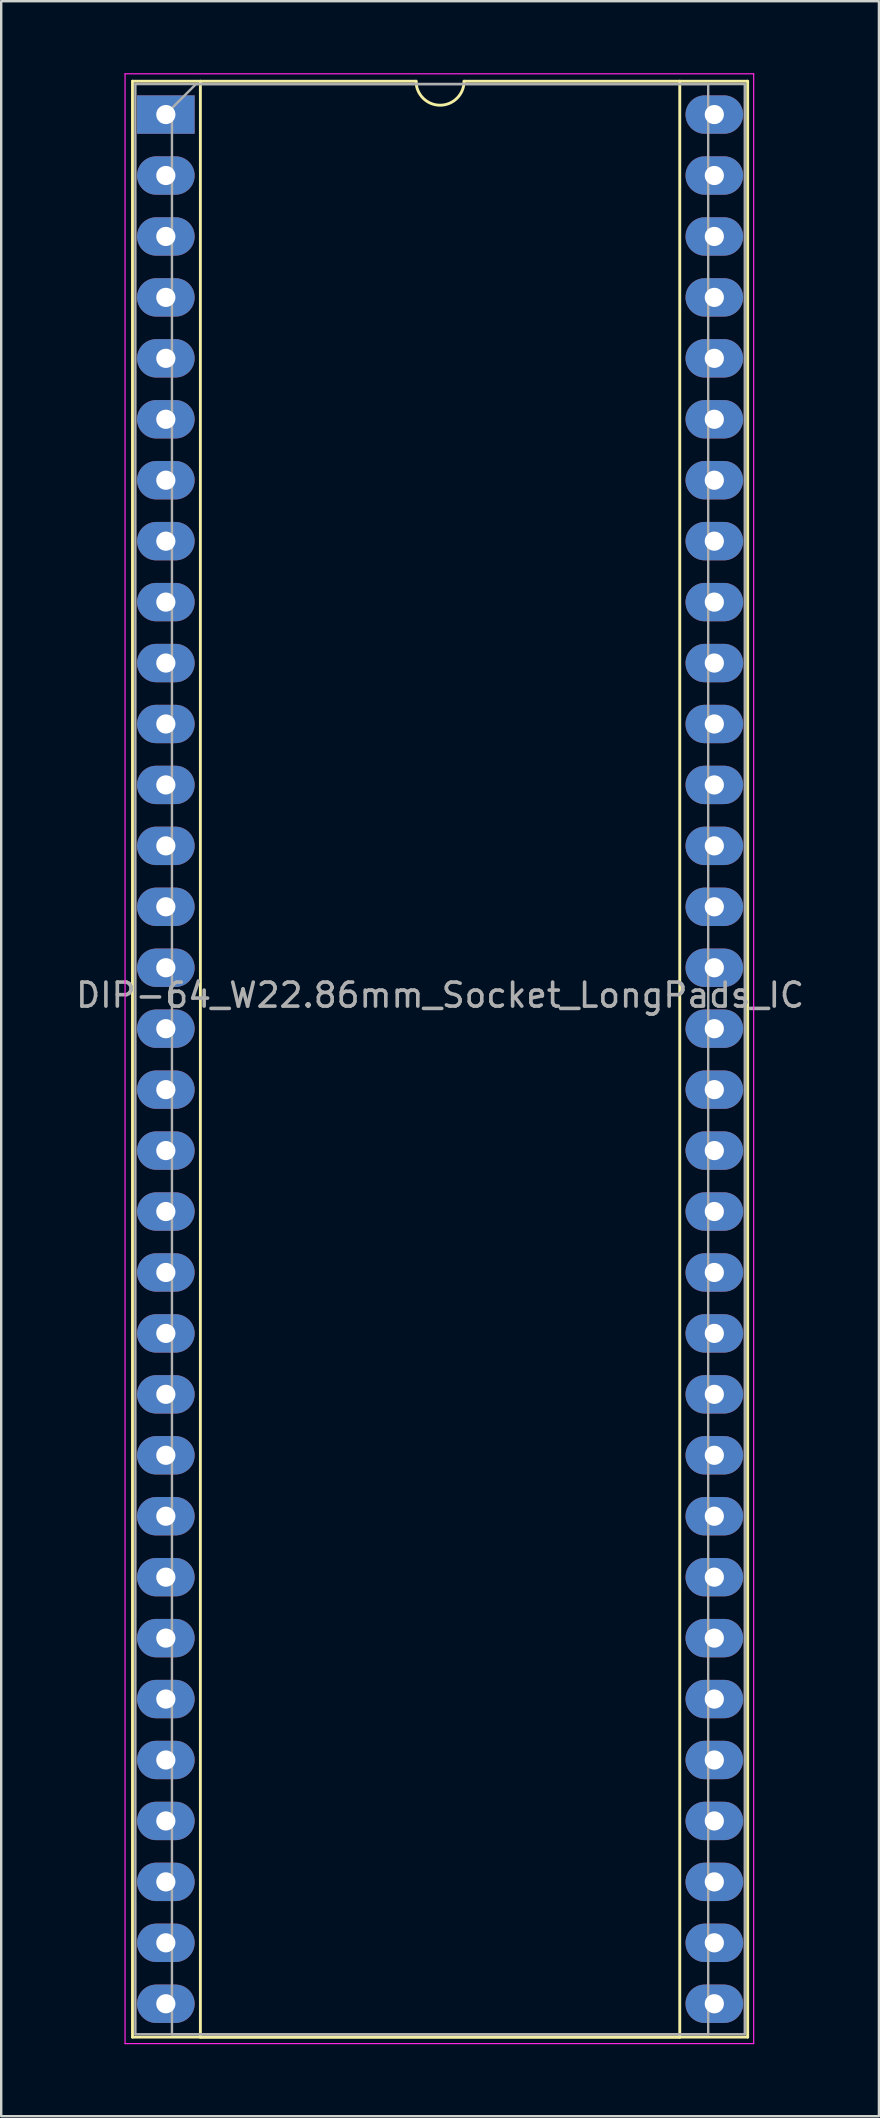
<source format=kicad_pcb>
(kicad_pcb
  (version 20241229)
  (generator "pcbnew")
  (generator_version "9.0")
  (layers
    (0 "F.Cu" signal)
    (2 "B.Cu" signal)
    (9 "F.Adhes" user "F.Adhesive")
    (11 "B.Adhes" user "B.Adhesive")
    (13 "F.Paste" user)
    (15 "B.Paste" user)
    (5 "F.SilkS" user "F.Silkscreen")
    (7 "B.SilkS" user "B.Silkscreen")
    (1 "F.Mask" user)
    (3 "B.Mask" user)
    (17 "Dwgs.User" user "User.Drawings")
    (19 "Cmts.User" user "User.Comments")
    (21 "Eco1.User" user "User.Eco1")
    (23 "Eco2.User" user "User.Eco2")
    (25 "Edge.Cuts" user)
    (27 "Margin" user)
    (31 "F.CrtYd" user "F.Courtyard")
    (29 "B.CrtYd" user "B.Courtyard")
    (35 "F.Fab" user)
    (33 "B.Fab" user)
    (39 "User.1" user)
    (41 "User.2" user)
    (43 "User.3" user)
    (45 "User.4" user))
  (footprint "DIP-64_W22.86mm_Socket_LongPads_IC"
    (layer "F.Cu")
    (at 3.862 1.725)
    (property "Reference" "DIP-64_W22.86mm_Socket_LongPads_IC" (at 11.43 36.703 0) (layer "F.Fab") (effects (font (size 1 1) (thickness 0.15))))
    (attr through_hole)
    (fp_line (start -1.39 -1.39) (end -1.39 80.13) (stroke (width 0.12) (type solid)) (layer "F.SilkS"))
    (fp_line (start -1.39 80.13) (end 24.25 80.13) (stroke (width 0.12) (type solid)) (layer "F.SilkS"))
    (fp_line (start 1.44 -1.39) (end 1.44 80.13) (stroke (width 0.12) (type solid)) (layer "F.SilkS"))
    (fp_line (start 1.44 80.13) (end 21.42 80.13) (stroke (width 0.12) (type solid)) (layer "F.SilkS"))
    (fp_line (start 10.43 -1.39) (end -1.39 -1.39) (stroke (width 0.12) (type solid)) (layer "F.SilkS"))
    (fp_line (start 21.42 80.13) (end 21.42 -1.39) (stroke (width 0.12) (type solid)) (layer "F.SilkS"))
    (fp_line (start 24.25 -1.39) (end 12.43 -1.39) (stroke (width 0.12) (type solid)) (layer "F.SilkS"))
    (fp_line (start 24.25 80.13) (end 24.25 -1.39) (stroke (width 0.12) (type solid)) (layer "F.SilkS"))
    (fp_arc (start 12.43 -1.39) (mid 11.43 -0.39) (end 10.43 -1.39) (stroke (width 0.12) (type solid)) (layer "F.SilkS"))
    (fp_line (start -1.7 -1.7) (end -1.7 80.4) (stroke (width 0.05) (type solid)) (layer "F.CrtYd"))
    (fp_line (start -1.7 80.4) (end 24.5 80.4) (stroke (width 0.05) (type solid)) (layer "F.CrtYd"))
    (fp_line (start 24.5 -1.7) (end -1.7 -1.7) (stroke (width 0.05) (type solid)) (layer "F.CrtYd"))
    (fp_line (start 24.5 80.4) (end 24.5 -1.7) (stroke (width 0.05) (type solid)) (layer "F.CrtYd"))
    (fp_line (start -1.27 -1.27) (end -1.27 80.01) (stroke (width 0.1) (type solid)) (layer "F.Fab"))
    (fp_line (start -1.27 80.01) (end 24.13 80.01) (stroke (width 0.1) (type solid)) (layer "F.Fab"))
    (fp_line (start 0.255 -0.27) (end 1.255 -1.27) (stroke (width 0.1) (type solid)) (layer "F.Fab"))
    (fp_line (start 0.255 80.01) (end 0.255 -0.27) (stroke (width 0.1) (type solid)) (layer "F.Fab"))
    (fp_line (start 1.255 -1.27) (end 22.605 -1.27) (stroke (width 0.1) (type solid)) (layer "F.Fab"))
    (fp_line (start 22.605 -1.27) (end 22.605 80.01) (stroke (width 0.1) (type solid)) (layer "F.Fab"))
    (fp_line (start 22.605 80.01) (end 0.255 80.01) (stroke (width 0.1) (type solid)) (layer "F.Fab"))
    (fp_line (start 24.13 -1.27) (end -1.27 -1.27) (stroke (width 0.1) (type solid)) (layer "F.Fab"))
    (fp_line (start 24.13 80.01) (end 24.13 -1.27) (stroke (width 0.1) (type solid)) (layer "F.Fab"))
    (pad "1" thru_hole rect (at 0 0) (size 2.4 1.6) (drill 0.8) (layers "*.Cu" "*.Mask"))
    (pad "2" thru_hole oval (at 0 2.54) (size 2.4 1.6) (drill 0.8) (layers "*.Cu" "*.Mask"))
    (pad "3" thru_hole oval (at 0 5.08) (size 2.4 1.6) (drill 0.8) (layers "*.Cu" "*.Mask"))
    (pad "4" thru_hole oval (at 0 7.62) (size 2.4 1.6) (drill 0.8) (layers "*.Cu" "*.Mask"))
    (pad "5" thru_hole oval (at 0 10.16) (size 2.4 1.6) (drill 0.8) (layers "*.Cu" "*.Mask"))
    (pad "6" thru_hole oval (at 0 12.7) (size 2.4 1.6) (drill 0.8) (layers "*.Cu" "*.Mask"))
    (pad "7" thru_hole oval (at 0 15.24) (size 2.4 1.6) (drill 0.8) (layers "*.Cu" "*.Mask"))
    (pad "8" thru_hole oval (at 0 17.78) (size 2.4 1.6) (drill 0.8) (layers "*.Cu" "*.Mask"))
    (pad "9" thru_hole oval (at 0 20.32) (size 2.4 1.6) (drill 0.8) (layers "*.Cu" "*.Mask"))
    (pad "10" thru_hole oval (at 0 22.86) (size 2.4 1.6) (drill 0.8) (layers "*.Cu" "*.Mask"))
    (pad "11" thru_hole oval (at 0 25.4) (size 2.4 1.6) (drill 0.8) (layers "*.Cu" "*.Mask"))
    (pad "12" thru_hole oval (at 0 27.94) (size 2.4 1.6) (drill 0.8) (layers "*.Cu" "*.Mask"))
    (pad "13" thru_hole oval (at 0 30.48) (size 2.4 1.6) (drill 0.8) (layers "*.Cu" "*.Mask"))
    (pad "14" thru_hole oval (at 0 33.02) (size 2.4 1.6) (drill 0.8) (layers "*.Cu" "*.Mask"))
    (pad "15" thru_hole oval (at 0 35.56) (size 2.4 1.6) (drill 0.8) (layers "*.Cu" "*.Mask"))
    (pad "16" thru_hole oval (at 0 38.1) (size 2.4 1.6) (drill 0.8) (layers "*.Cu" "*.Mask"))
    (pad "17" thru_hole oval (at 0 40.64) (size 2.4 1.6) (drill 0.8) (layers "*.Cu" "*.Mask"))
    (pad "18" thru_hole oval (at 0 43.18) (size 2.4 1.6) (drill 0.8) (layers "*.Cu" "*.Mask"))
    (pad "19" thru_hole oval (at 0 45.72) (size 2.4 1.6) (drill 0.8) (layers "*.Cu" "*.Mask"))
    (pad "20" thru_hole oval (at 0 48.26) (size 2.4 1.6) (drill 0.8) (layers "*.Cu" "*.Mask"))
    (pad "21" thru_hole oval (at 0 50.8) (size 2.4 1.6) (drill 0.8) (layers "*.Cu" "*.Mask"))
    (pad "22" thru_hole oval (at 0 53.34) (size 2.4 1.6) (drill 0.8) (layers "*.Cu" "*.Mask"))
    (pad "23" thru_hole oval (at 0 55.88) (size 2.4 1.6) (drill 0.8) (layers "*.Cu" "*.Mask"))
    (pad "24" thru_hole oval (at 0 58.42) (size 2.4 1.6) (drill 0.8) (layers "*.Cu" "*.Mask"))
    (pad "25" thru_hole oval (at 0 60.96) (size 2.4 1.6) (drill 0.8) (layers "*.Cu" "*.Mask"))
    (pad "26" thru_hole oval (at 0 63.5) (size 2.4 1.6) (drill 0.8) (layers "*.Cu" "*.Mask"))
    (pad "27" thru_hole oval (at 0 66.04) (size 2.4 1.6) (drill 0.8) (layers "*.Cu" "*.Mask"))
    (pad "28" thru_hole oval (at 0 68.58) (size 2.4 1.6) (drill 0.8) (layers "*.Cu" "*.Mask"))
    (pad "29" thru_hole oval (at 0 71.12) (size 2.4 1.6) (drill 0.8) (layers "*.Cu" "*.Mask"))
    (pad "30" thru_hole oval (at 0 73.66) (size 2.4 1.6) (drill 0.8) (layers "*.Cu" "*.Mask"))
    (pad "31" thru_hole oval (at 0 76.2) (size 2.4 1.6) (drill 0.8) (layers "*.Cu" "*.Mask"))
    (pad "32" thru_hole oval (at 0 78.74) (size 2.4 1.6) (drill 0.8) (layers "*.Cu" "*.Mask"))
    (pad "33" thru_hole oval (at 22.86 78.74) (size 2.4 1.6) (drill 0.8) (layers "*.Cu" "*.Mask"))
    (pad "34" thru_hole oval (at 22.86 76.2) (size 2.4 1.6) (drill 0.8) (layers "*.Cu" "*.Mask"))
    (pad "35" thru_hole oval (at 22.86 73.66) (size 2.4 1.6) (drill 0.8) (layers "*.Cu" "*.Mask"))
    (pad "36" thru_hole oval (at 22.86 71.12) (size 2.4 1.6) (drill 0.8) (layers "*.Cu" "*.Mask"))
    (pad "37" thru_hole oval (at 22.86 68.58) (size 2.4 1.6) (drill 0.8) (layers "*.Cu" "*.Mask"))
    (pad "38" thru_hole oval (at 22.86 66.04) (size 2.4 1.6) (drill 0.8) (layers "*.Cu" "*.Mask"))
    (pad "39" thru_hole oval (at 22.86 63.5) (size 2.4 1.6) (drill 0.8) (layers "*.Cu" "*.Mask"))
    (pad "40" thru_hole oval (at 22.86 60.96) (size 2.4 1.6) (drill 0.8) (layers "*.Cu" "*.Mask"))
    (pad "41" thru_hole oval (at 22.86 58.42) (size 2.4 1.6) (drill 0.8) (layers "*.Cu" "*.Mask"))
    (pad "42" thru_hole oval (at 22.86 55.88) (size 2.4 1.6) (drill 0.8) (layers "*.Cu" "*.Mask"))
    (pad "43" thru_hole oval (at 22.86 53.34) (size 2.4 1.6) (drill 0.8) (layers "*.Cu" "*.Mask"))
    (pad "44" thru_hole oval (at 22.86 50.8) (size 2.4 1.6) (drill 0.8) (layers "*.Cu" "*.Mask"))
    (pad "45" thru_hole oval (at 22.86 48.26) (size 2.4 1.6) (drill 0.8) (layers "*.Cu" "*.Mask"))
    (pad "46" thru_hole oval (at 22.86 45.72) (size 2.4 1.6) (drill 0.8) (layers "*.Cu" "*.Mask"))
    (pad "47" thru_hole oval (at 22.86 43.18) (size 2.4 1.6) (drill 0.8) (layers "*.Cu" "*.Mask"))
    (pad "48" thru_hole oval (at 22.86 40.64) (size 2.4 1.6) (drill 0.8) (layers "*.Cu" "*.Mask"))
    (pad "49" thru_hole oval (at 22.86 38.1) (size 2.4 1.6) (drill 0.8) (layers "*.Cu" "*.Mask"))
    (pad "50" thru_hole oval (at 22.86 35.56) (size 2.4 1.6) (drill 0.8) (layers "*.Cu" "*.Mask"))
    (pad "51" thru_hole oval (at 22.86 33.02) (size 2.4 1.6) (drill 0.8) (layers "*.Cu" "*.Mask"))
    (pad "52" thru_hole oval (at 22.86 30.48) (size 2.4 1.6) (drill 0.8) (layers "*.Cu" "*.Mask"))
    (pad "53" thru_hole oval (at 22.86 27.94) (size 2.4 1.6) (drill 0.8) (layers "*.Cu" "*.Mask"))
    (pad "54" thru_hole oval (at 22.86 25.4) (size 2.4 1.6) (drill 0.8) (layers "*.Cu" "*.Mask"))
    (pad "55" thru_hole oval (at 22.86 22.86) (size 2.4 1.6) (drill 0.8) (layers "*.Cu" "*.Mask"))
    (pad "56" thru_hole oval (at 22.86 20.32) (size 2.4 1.6) (drill 0.8) (layers "*.Cu" "*.Mask"))
    (pad "57" thru_hole oval (at 22.86 17.78) (size 2.4 1.6) (drill 0.8) (layers "*.Cu" "*.Mask"))
    (pad "58" thru_hole oval (at 22.86 15.24) (size 2.4 1.6) (drill 0.8) (layers "*.Cu" "*.Mask"))
    (pad "59" thru_hole oval (at 22.86 12.7) (size 2.4 1.6) (drill 0.8) (layers "*.Cu" "*.Mask"))
    (pad "60" thru_hole oval (at 22.86 10.16) (size 2.4 1.6) (drill 0.8) (layers "*.Cu" "*.Mask"))
    (pad "61" thru_hole oval (at 22.86 7.62) (size 2.4 1.6) (drill 0.8) (layers "*.Cu" "*.Mask"))
    (pad "62" thru_hole oval (at 22.86 5.08) (size 2.4 1.6) (drill 0.8) (layers "*.Cu" "*.Mask"))
    (pad "63" thru_hole oval (at 22.86 2.54) (size 2.4 1.6) (drill 0.8) (layers "*.Cu" "*.Mask"))
    (pad "64" thru_hole oval (at 22.86 0) (size 2.4 1.6) (drill 0.8) (layers "*.Cu" "*.Mask")))
  (gr_rect
    (start -3 -3)
    (end 33.583 85.15)
    (stroke (width 0.1) (type default))
    (fill no)
    (layer "Edge.Cuts")))
</source>
